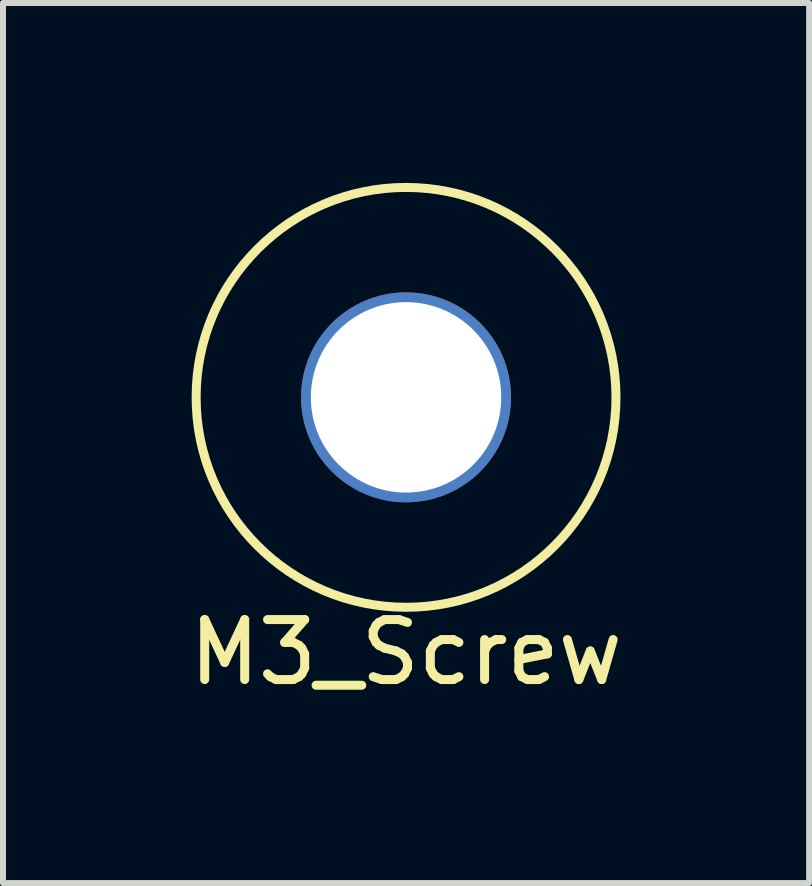
<source format=kicad_pcb>
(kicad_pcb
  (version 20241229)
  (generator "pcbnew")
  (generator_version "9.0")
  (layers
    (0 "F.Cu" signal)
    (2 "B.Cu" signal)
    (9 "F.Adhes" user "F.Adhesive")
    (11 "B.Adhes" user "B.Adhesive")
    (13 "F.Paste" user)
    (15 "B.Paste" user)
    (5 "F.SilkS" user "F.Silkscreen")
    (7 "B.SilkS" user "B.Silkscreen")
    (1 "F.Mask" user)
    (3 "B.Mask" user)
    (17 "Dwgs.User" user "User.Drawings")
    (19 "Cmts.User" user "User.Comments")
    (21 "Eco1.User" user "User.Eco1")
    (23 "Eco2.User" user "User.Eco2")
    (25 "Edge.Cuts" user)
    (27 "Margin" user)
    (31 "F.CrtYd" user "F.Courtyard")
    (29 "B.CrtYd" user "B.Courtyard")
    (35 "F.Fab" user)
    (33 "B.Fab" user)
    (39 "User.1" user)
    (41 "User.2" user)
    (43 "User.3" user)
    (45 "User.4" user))
  (footprint "M3_Screw"
    (layer "F.Cu")
    (at 3.72 3.575)
    (property "Reference" "M3_Screw" (at 0 4.25 0) (layer "F.SilkS") (effects (font (size 1 1) (thickness 0.15))))
    (attr through_hole)
    (fp_circle (center 0 0) (end 3.5 0) (stroke (width 0.15) (type solid)) (fill no) (layer "F.SilkS"))
    (pad "" thru_hole circle (at 0 0) (size 3.5 3.5) (drill 3.175) (layers "*.Cu" "*.Mask")))
  (gr_rect
    (start -3 -3)
    (end 10.44 11.673)
    (stroke (width 0.1) (type default))
    (fill no)
    (layer "Edge.Cuts")))
</source>
